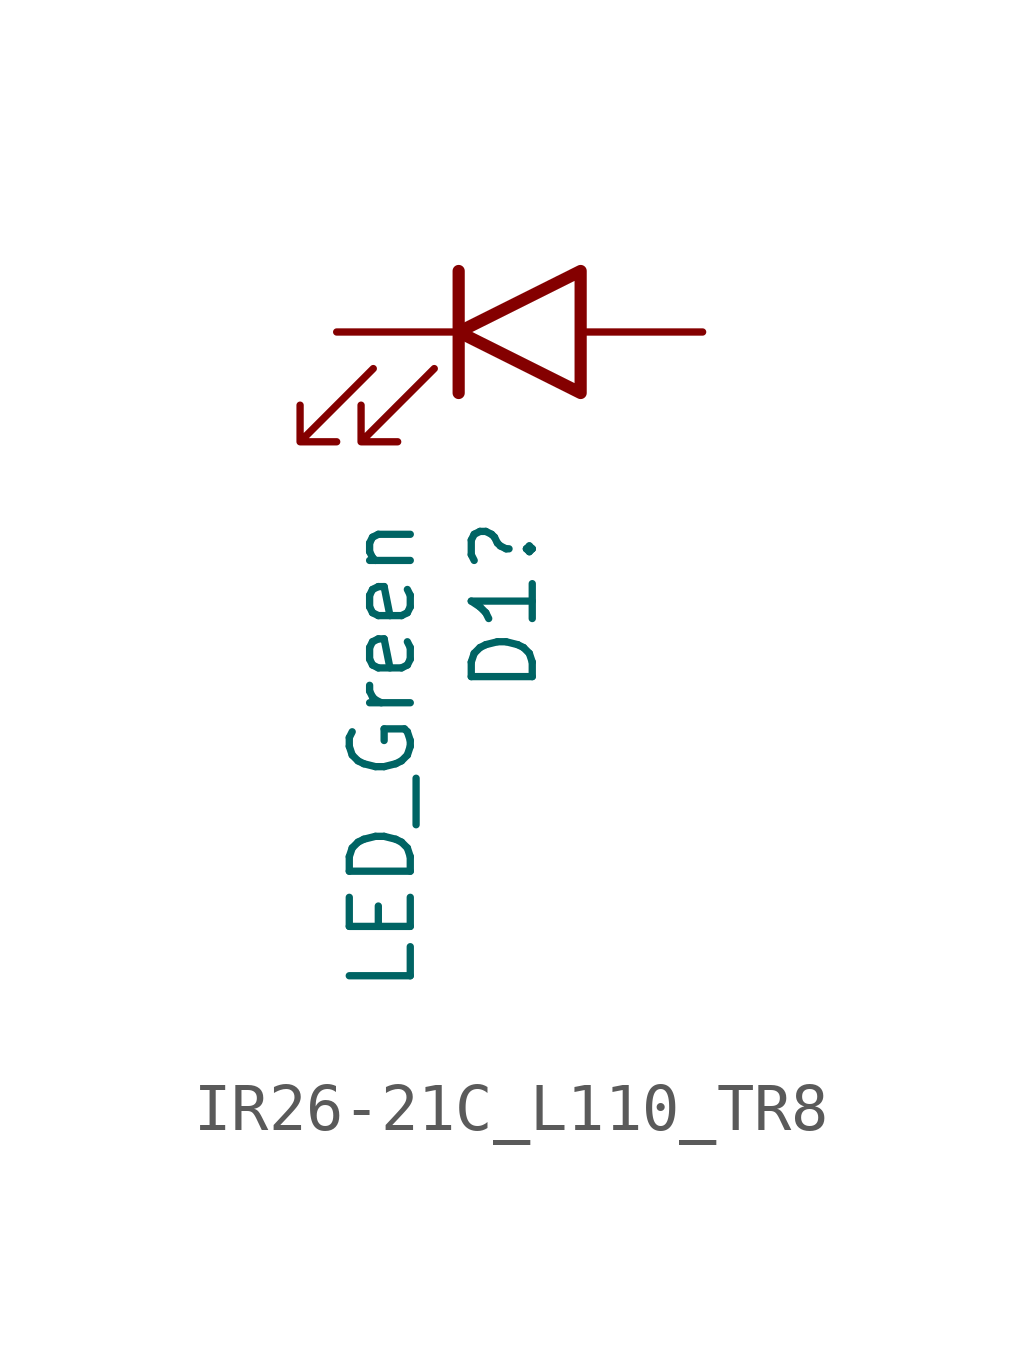
<source format=kicad_sym>
(kicad_symbol_lib
  (version 20241209)
  (generator "kicad_symbol_editor")
  (generator_version "9.0")
  (symbol "IR26-21C_L110_TR8"
    (pin_numbers
      (hide yes))
    (pin_names
      (offset 1.016)
      (hide yes))
    (property "Reference" "D1"
      (at -0.317 -3.81 90)
      (effects (font (size 1.27 1.27)) (justify right)))
    (property "Value" "LED_Green"
      (at -2.857 -3.81 90)
      (effects (font (size 1.27 1.27)) (justify right)))
    (symbol "IR26-21C_L110_TR8_0_1"
      (polyline (pts (xy -3.048 -0.762) (xy -4.572 -2.286) (xy -3.81 -2.286) (xy -4.572 -2.286) (xy -4.572 -1.524)) (stroke (width 0) (type default)) (fill (type none)))
      (polyline (pts (xy -1.778 -0.762) (xy -3.302 -2.286) (xy -2.54 -2.286) (xy -3.302 -2.286) (xy -3.302 -1.524)) (stroke (width 0) (type default)) (fill (type none)))
      (polyline (pts (xy -1.27 -1.27) (xy -1.27 1.27)) (stroke (width 0.254) (type default)) (fill (type none)))
      (polyline (pts (xy 1.27 -1.27) (xy 1.27 1.27) (xy -1.27 0) (xy 1.27 -1.27)) (stroke (width 0.254) (type default)) (fill (type none))))
    (symbol "IR26-21C_L110_TR8_1_1"
      (pin passive line (at -3.81 0 0) (length 2.54) (name "K" (effects (font (size 1.27 1.27)))) (number "1" (effects (font (size 1.27 1.27)))))
      (pin passive line (at 3.81 0 180) (length 2.54) (name "A" (effects (font (size 1.27 1.27)))) (number "2" (effects (font (size 1.27 1.27))))))))
</source>
